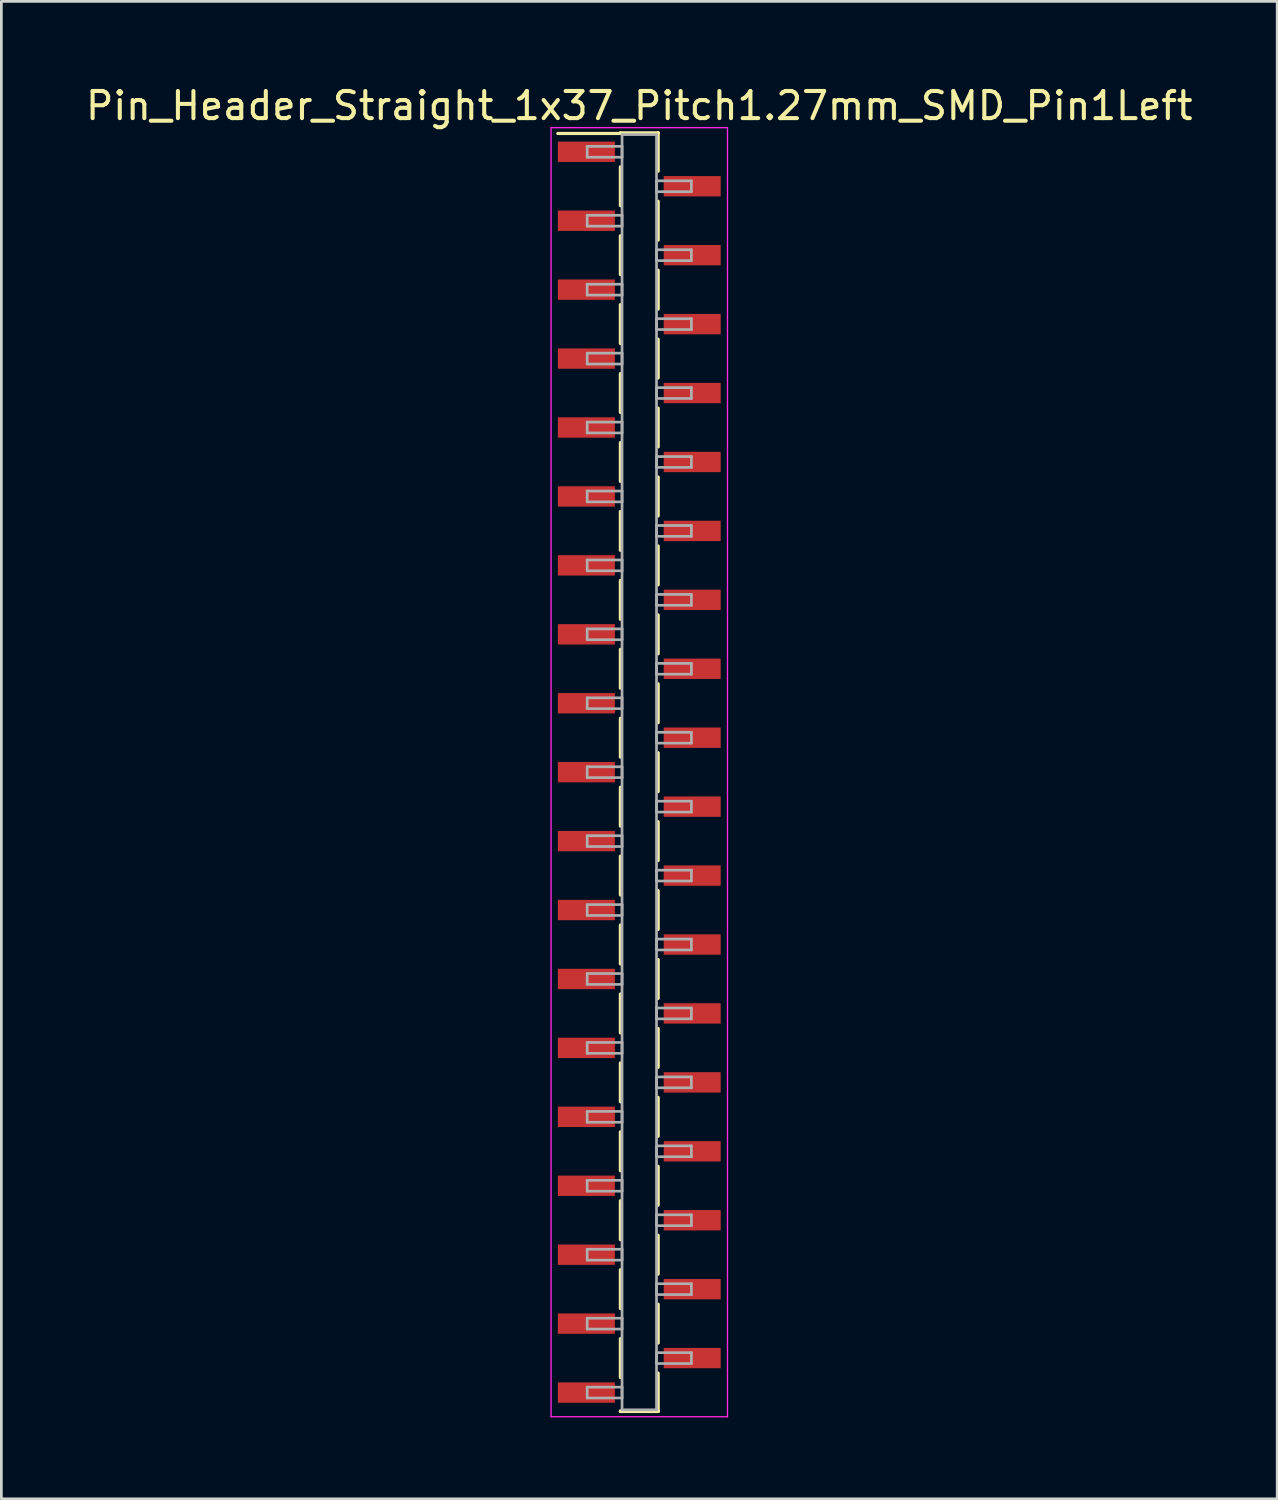
<source format=kicad_pcb>
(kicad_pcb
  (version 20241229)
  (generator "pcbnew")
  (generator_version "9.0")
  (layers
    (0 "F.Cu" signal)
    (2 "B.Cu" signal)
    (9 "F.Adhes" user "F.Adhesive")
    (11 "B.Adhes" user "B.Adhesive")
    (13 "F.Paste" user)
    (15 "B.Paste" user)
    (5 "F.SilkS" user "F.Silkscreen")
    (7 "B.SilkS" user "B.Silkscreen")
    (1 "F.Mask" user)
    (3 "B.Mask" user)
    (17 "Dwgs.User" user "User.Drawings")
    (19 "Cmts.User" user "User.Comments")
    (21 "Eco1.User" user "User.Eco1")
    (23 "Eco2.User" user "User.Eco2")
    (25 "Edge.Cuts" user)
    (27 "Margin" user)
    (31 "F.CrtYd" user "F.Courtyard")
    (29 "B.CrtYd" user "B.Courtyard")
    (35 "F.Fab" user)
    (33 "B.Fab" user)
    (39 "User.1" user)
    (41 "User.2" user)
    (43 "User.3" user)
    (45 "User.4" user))
  (footprint "Pin_Header_Straight_1x37_Pitch1.27mm_SMD_Pin1Left"
    (layer "F.Cu")
    (at 20.506 25.403)
    (property "Reference" "Pin_Header_Straight_1x37_Pitch1.27mm_SMD_Pin1Left" (at 0 -24.555 0) (layer "F.SilkS") (effects (font (size 1 1) (thickness 0.15))))
    (attr smd)
    (fp_line (start -0.695 -23.555) (end 0.695 -23.555) (stroke (width 0.12) (type solid)) (layer "F.SilkS"))
    (fp_line (start -0.695 -23.535) (end -3 -23.535) (stroke (width 0.12) (type solid)) (layer "F.SilkS"))
    (fp_line (start -0.695 -23.535) (end -0.695 -23.555) (stroke (width 0.12) (type solid)) (layer "F.SilkS"))
    (fp_line (start -0.695 -22.305) (end -0.695 -20.875) (stroke (width 0.12) (type solid)) (layer "F.SilkS"))
    (fp_line (start -0.695 -19.765) (end -0.695 -18.335) (stroke (width 0.12) (type solid)) (layer "F.SilkS"))
    (fp_line (start -0.695 -17.225) (end -0.695 -15.795) (stroke (width 0.12) (type solid)) (layer "F.SilkS"))
    (fp_line (start -0.695 -14.685) (end -0.695 -13.255) (stroke (width 0.12) (type solid)) (layer "F.SilkS"))
    (fp_line (start -0.695 -12.145) (end -0.695 -10.715) (stroke (width 0.12) (type solid)) (layer "F.SilkS"))
    (fp_line (start -0.695 -9.605) (end -0.695 -8.175) (stroke (width 0.12) (type solid)) (layer "F.SilkS"))
    (fp_line (start -0.695 -7.065) (end -0.695 -5.635) (stroke (width 0.12) (type solid)) (layer "F.SilkS"))
    (fp_line (start -0.695 -4.525) (end -0.695 -3.095) (stroke (width 0.12) (type solid)) (layer "F.SilkS"))
    (fp_line (start -0.695 -1.985) (end -0.695 -0.555) (stroke (width 0.12) (type solid)) (layer "F.SilkS"))
    (fp_line (start -0.695 0.555) (end -0.695 1.985) (stroke (width 0.12) (type solid)) (layer "F.SilkS"))
    (fp_line (start -0.695 3.095) (end -0.695 4.525) (stroke (width 0.12) (type solid)) (layer "F.SilkS"))
    (fp_line (start -0.695 5.635) (end -0.695 7.065) (stroke (width 0.12) (type solid)) (layer "F.SilkS"))
    (fp_line (start -0.695 8.175) (end -0.695 9.605) (stroke (width 0.12) (type solid)) (layer "F.SilkS"))
    (fp_line (start -0.695 10.715) (end -0.695 12.145) (stroke (width 0.12) (type solid)) (layer "F.SilkS"))
    (fp_line (start -0.695 13.255) (end -0.695 14.685) (stroke (width 0.12) (type solid)) (layer "F.SilkS"))
    (fp_line (start -0.695 15.795) (end -0.695 17.225) (stroke (width 0.12) (type solid)) (layer "F.SilkS"))
    (fp_line (start -0.695 18.335) (end -0.695 19.765) (stroke (width 0.12) (type solid)) (layer "F.SilkS"))
    (fp_line (start -0.695 20.875) (end -0.695 22.305) (stroke (width 0.12) (type solid)) (layer "F.SilkS"))
    (fp_line (start -0.695 23.535) (end -0.695 23.555) (stroke (width 0.12) (type solid)) (layer "F.SilkS"))
    (fp_line (start -0.695 23.555) (end 0.695 23.555) (stroke (width 0.12) (type solid)) (layer "F.SilkS"))
    (fp_line (start 0.695 -23.555) (end 0.695 -23.535) (stroke (width 0.12) (type solid)) (layer "F.SilkS"))
    (fp_line (start 0.695 -23.555) (end 0.695 -22.145) (stroke (width 0.12) (type solid)) (layer "F.SilkS"))
    (fp_line (start 0.695 -21.035) (end 0.695 -19.605) (stroke (width 0.12) (type solid)) (layer "F.SilkS"))
    (fp_line (start 0.695 -18.495) (end 0.695 -17.065) (stroke (width 0.12) (type solid)) (layer "F.SilkS"))
    (fp_line (start 0.695 -15.955) (end 0.695 -14.525) (stroke (width 0.12) (type solid)) (layer "F.SilkS"))
    (fp_line (start 0.695 -13.415) (end 0.695 -11.985) (stroke (width 0.12) (type solid)) (layer "F.SilkS"))
    (fp_line (start 0.695 -10.875) (end 0.695 -9.445) (stroke (width 0.12) (type solid)) (layer "F.SilkS"))
    (fp_line (start 0.695 -8.335) (end 0.695 -6.905) (stroke (width 0.12) (type solid)) (layer "F.SilkS"))
    (fp_line (start 0.695 -5.795) (end 0.695 -4.365) (stroke (width 0.12) (type solid)) (layer "F.SilkS"))
    (fp_line (start 0.695 -3.255) (end 0.695 -1.825) (stroke (width 0.12) (type solid)) (layer "F.SilkS"))
    (fp_line (start 0.695 -0.715) (end 0.695 0.715) (stroke (width 0.12) (type solid)) (layer "F.SilkS"))
    (fp_line (start 0.695 1.825) (end 0.695 3.255) (stroke (width 0.12) (type solid)) (layer "F.SilkS"))
    (fp_line (start 0.695 4.365) (end 0.695 5.795) (stroke (width 0.12) (type solid)) (layer "F.SilkS"))
    (fp_line (start 0.695 6.905) (end 0.695 8.335) (stroke (width 0.12) (type solid)) (layer "F.SilkS"))
    (fp_line (start 0.695 9.445) (end 0.695 10.875) (stroke (width 0.12) (type solid)) (layer "F.SilkS"))
    (fp_line (start 0.695 11.985) (end 0.695 13.415) (stroke (width 0.12) (type solid)) (layer "F.SilkS"))
    (fp_line (start 0.695 14.525) (end 0.695 15.955) (stroke (width 0.12) (type solid)) (layer "F.SilkS"))
    (fp_line (start 0.695 17.065) (end 0.695 18.495) (stroke (width 0.12) (type solid)) (layer "F.SilkS"))
    (fp_line (start 0.695 19.605) (end 0.695 21.035) (stroke (width 0.12) (type solid)) (layer "F.SilkS"))
    (fp_line (start 0.695 22.145) (end 0.695 23.555) (stroke (width 0.12) (type solid)) (layer "F.SilkS"))
    (fp_line (start 0.695 23.555) (end 0.695 23.535) (stroke (width 0.12) (type solid)) (layer "F.SilkS"))
    (fp_line (start -3.25 -23.75) (end -3.25 23.75) (stroke (width 0.05) (type solid)) (layer "F.CrtYd"))
    (fp_line (start -3.25 23.75) (end 3.25 23.75) (stroke (width 0.05) (type solid)) (layer "F.CrtYd"))
    (fp_line (start 3.25 -23.75) (end -3.25 -23.75) (stroke (width 0.05) (type solid)) (layer "F.CrtYd"))
    (fp_line (start 3.25 23.75) (end 3.25 -23.75) (stroke (width 0.05) (type solid)) (layer "F.CrtYd"))
    (fp_line (start -1.92 -23.06) (end -0.635 -23.06) (stroke (width 0.1) (type solid)) (layer "F.Fab"))
    (fp_line (start -1.92 -22.66) (end -1.92 -23.06) (stroke (width 0.1) (type solid)) (layer "F.Fab"))
    (fp_line (start -1.92 -20.52) (end -0.635 -20.52) (stroke (width 0.1) (type solid)) (layer "F.Fab"))
    (fp_line (start -1.92 -20.12) (end -1.92 -20.52) (stroke (width 0.1) (type solid)) (layer "F.Fab"))
    (fp_line (start -1.92 -17.98) (end -0.635 -17.98) (stroke (width 0.1) (type solid)) (layer "F.Fab"))
    (fp_line (start -1.92 -17.58) (end -1.92 -17.98) (stroke (width 0.1) (type solid)) (layer "F.Fab"))
    (fp_line (start -1.92 -15.44) (end -0.635 -15.44) (stroke (width 0.1) (type solid)) (layer "F.Fab"))
    (fp_line (start -1.92 -15.04) (end -1.92 -15.44) (stroke (width 0.1) (type solid)) (layer "F.Fab"))
    (fp_line (start -1.92 -12.9) (end -0.635 -12.9) (stroke (width 0.1) (type solid)) (layer "F.Fab"))
    (fp_line (start -1.92 -12.5) (end -1.92 -12.9) (stroke (width 0.1) (type solid)) (layer "F.Fab"))
    (fp_line (start -1.92 -10.36) (end -0.635 -10.36) (stroke (width 0.1) (type solid)) (layer "F.Fab"))
    (fp_line (start -1.92 -9.96) (end -1.92 -10.36) (stroke (width 0.1) (type solid)) (layer "F.Fab"))
    (fp_line (start -1.92 -7.82) (end -0.635 -7.82) (stroke (width 0.1) (type solid)) (layer "F.Fab"))
    (fp_line (start -1.92 -7.42) (end -1.92 -7.82) (stroke (width 0.1) (type solid)) (layer "F.Fab"))
    (fp_line (start -1.92 -5.28) (end -0.635 -5.28) (stroke (width 0.1) (type solid)) (layer "F.Fab"))
    (fp_line (start -1.92 -4.88) (end -1.92 -5.28) (stroke (width 0.1) (type solid)) (layer "F.Fab"))
    (fp_line (start -1.92 -2.74) (end -0.635 -2.74) (stroke (width 0.1) (type solid)) (layer "F.Fab"))
    (fp_line (start -1.92 -2.34) (end -1.92 -2.74) (stroke (width 0.1) (type solid)) (layer "F.Fab"))
    (fp_line (start -1.92 -0.2) (end -0.635 -0.2) (stroke (width 0.1) (type solid)) (layer "F.Fab"))
    (fp_line (start -1.92 0.2) (end -1.92 -0.2) (stroke (width 0.1) (type solid)) (layer "F.Fab"))
    (fp_line (start -1.92 2.34) (end -0.635 2.34) (stroke (width 0.1) (type solid)) (layer "F.Fab"))
    (fp_line (start -1.92 2.74) (end -1.92 2.34) (stroke (width 0.1) (type solid)) (layer "F.Fab"))
    (fp_line (start -1.92 4.88) (end -0.635 4.88) (stroke (width 0.1) (type solid)) (layer "F.Fab"))
    (fp_line (start -1.92 5.28) (end -1.92 4.88) (stroke (width 0.1) (type solid)) (layer "F.Fab"))
    (fp_line (start -1.92 7.42) (end -0.635 7.42) (stroke (width 0.1) (type solid)) (layer "F.Fab"))
    (fp_line (start -1.92 7.82) (end -1.92 7.42) (stroke (width 0.1) (type solid)) (layer "F.Fab"))
    (fp_line (start -1.92 9.96) (end -0.635 9.96) (stroke (width 0.1) (type solid)) (layer "F.Fab"))
    (fp_line (start -1.92 10.36) (end -1.92 9.96) (stroke (width 0.1) (type solid)) (layer "F.Fab"))
    (fp_line (start -1.92 12.5) (end -0.635 12.5) (stroke (width 0.1) (type solid)) (layer "F.Fab"))
    (fp_line (start -1.92 12.9) (end -1.92 12.5) (stroke (width 0.1) (type solid)) (layer "F.Fab"))
    (fp_line (start -1.92 15.04) (end -0.635 15.04) (stroke (width 0.1) (type solid)) (layer "F.Fab"))
    (fp_line (start -1.92 15.44) (end -1.92 15.04) (stroke (width 0.1) (type solid)) (layer "F.Fab"))
    (fp_line (start -1.92 17.58) (end -0.635 17.58) (stroke (width 0.1) (type solid)) (layer "F.Fab"))
    (fp_line (start -1.92 17.98) (end -1.92 17.58) (stroke (width 0.1) (type solid)) (layer "F.Fab"))
    (fp_line (start -1.92 20.12) (end -0.635 20.12) (stroke (width 0.1) (type solid)) (layer "F.Fab"))
    (fp_line (start -1.92 20.52) (end -1.92 20.12) (stroke (width 0.1) (type solid)) (layer "F.Fab"))
    (fp_line (start -1.92 22.66) (end -0.635 22.66) (stroke (width 0.1) (type solid)) (layer "F.Fab"))
    (fp_line (start -1.92 23.06) (end -1.92 22.66) (stroke (width 0.1) (type solid)) (layer "F.Fab"))
    (fp_line (start -0.635 -23.495) (end -0.635 23.495) (stroke (width 0.1) (type solid)) (layer "F.Fab"))
    (fp_line (start -0.635 -23.06) (end -0.635 -22.66) (stroke (width 0.1) (type solid)) (layer "F.Fab"))
    (fp_line (start -0.635 -22.66) (end -1.92 -22.66) (stroke (width 0.1) (type solid)) (layer "F.Fab"))
    (fp_line (start -0.635 -20.52) (end -0.635 -20.12) (stroke (width 0.1) (type solid)) (layer "F.Fab"))
    (fp_line (start -0.635 -20.12) (end -1.92 -20.12) (stroke (width 0.1) (type solid)) (layer "F.Fab"))
    (fp_line (start -0.635 -17.98) (end -0.635 -17.58) (stroke (width 0.1) (type solid)) (layer "F.Fab"))
    (fp_line (start -0.635 -17.58) (end -1.92 -17.58) (stroke (width 0.1) (type solid)) (layer "F.Fab"))
    (fp_line (start -0.635 -15.44) (end -0.635 -15.04) (stroke (width 0.1) (type solid)) (layer "F.Fab"))
    (fp_line (start -0.635 -15.04) (end -1.92 -15.04) (stroke (width 0.1) (type solid)) (layer "F.Fab"))
    (fp_line (start -0.635 -12.9) (end -0.635 -12.5) (stroke (width 0.1) (type solid)) (layer "F.Fab"))
    (fp_line (start -0.635 -12.5) (end -1.92 -12.5) (stroke (width 0.1) (type solid)) (layer "F.Fab"))
    (fp_line (start -0.635 -10.36) (end -0.635 -9.96) (stroke (width 0.1) (type solid)) (layer "F.Fab"))
    (fp_line (start -0.635 -9.96) (end -1.92 -9.96) (stroke (width 0.1) (type solid)) (layer "F.Fab"))
    (fp_line (start -0.635 -7.82) (end -0.635 -7.42) (stroke (width 0.1) (type solid)) (layer "F.Fab"))
    (fp_line (start -0.635 -7.42) (end -1.92 -7.42) (stroke (width 0.1) (type solid)) (layer "F.Fab"))
    (fp_line (start -0.635 -5.28) (end -0.635 -4.88) (stroke (width 0.1) (type solid)) (layer "F.Fab"))
    (fp_line (start -0.635 -4.88) (end -1.92 -4.88) (stroke (width 0.1) (type solid)) (layer "F.Fab"))
    (fp_line (start -0.635 -2.74) (end -0.635 -2.34) (stroke (width 0.1) (type solid)) (layer "F.Fab"))
    (fp_line (start -0.635 -2.34) (end -1.92 -2.34) (stroke (width 0.1) (type solid)) (layer "F.Fab"))
    (fp_line (start -0.635 -0.2) (end -0.635 0.2) (stroke (width 0.1) (type solid)) (layer "F.Fab"))
    (fp_line (start -0.635 0.2) (end -1.92 0.2) (stroke (width 0.1) (type solid)) (layer "F.Fab"))
    (fp_line (start -0.635 2.34) (end -0.635 2.74) (stroke (width 0.1) (type solid)) (layer "F.Fab"))
    (fp_line (start -0.635 2.74) (end -1.92 2.74) (stroke (width 0.1) (type solid)) (layer "F.Fab"))
    (fp_line (start -0.635 4.88) (end -0.635 5.28) (stroke (width 0.1) (type solid)) (layer "F.Fab"))
    (fp_line (start -0.635 5.28) (end -1.92 5.28) (stroke (width 0.1) (type solid)) (layer "F.Fab"))
    (fp_line (start -0.635 7.42) (end -0.635 7.82) (stroke (width 0.1) (type solid)) (layer "F.Fab"))
    (fp_line (start -0.635 7.82) (end -1.92 7.82) (stroke (width 0.1) (type solid)) (layer "F.Fab"))
    (fp_line (start -0.635 9.96) (end -0.635 10.36) (stroke (width 0.1) (type solid)) (layer "F.Fab"))
    (fp_line (start -0.635 10.36) (end -1.92 10.36) (stroke (width 0.1) (type solid)) (layer "F.Fab"))
    (fp_line (start -0.635 12.5) (end -0.635 12.9) (stroke (width 0.1) (type solid)) (layer "F.Fab"))
    (fp_line (start -0.635 12.9) (end -1.92 12.9) (stroke (width 0.1) (type solid)) (layer "F.Fab"))
    (fp_line (start -0.635 15.04) (end -0.635 15.44) (stroke (width 0.1) (type solid)) (layer "F.Fab"))
    (fp_line (start -0.635 15.44) (end -1.92 15.44) (stroke (width 0.1) (type solid)) (layer "F.Fab"))
    (fp_line (start -0.635 17.58) (end -0.635 17.98) (stroke (width 0.1) (type solid)) (layer "F.Fab"))
    (fp_line (start -0.635 17.98) (end -1.92 17.98) (stroke (width 0.1) (type solid)) (layer "F.Fab"))
    (fp_line (start -0.635 20.12) (end -0.635 20.52) (stroke (width 0.1) (type solid)) (layer "F.Fab"))
    (fp_line (start -0.635 20.52) (end -1.92 20.52) (stroke (width 0.1) (type solid)) (layer "F.Fab"))
    (fp_line (start -0.635 22.66) (end -0.635 23.06) (stroke (width 0.1) (type solid)) (layer "F.Fab"))
    (fp_line (start -0.635 23.06) (end -1.92 23.06) (stroke (width 0.1) (type solid)) (layer "F.Fab"))
    (fp_line (start -0.635 23.495) (end 0.635 23.495) (stroke (width 0.1) (type solid)) (layer "F.Fab"))
    (fp_line (start 0.635 -23.495) (end -0.635 -23.495) (stroke (width 0.1) (type solid)) (layer "F.Fab"))
    (fp_line (start 0.635 -21.79) (end 0.635 -21.39) (stroke (width 0.1) (type solid)) (layer "F.Fab"))
    (fp_line (start 0.635 -21.39) (end 1.92 -21.39) (stroke (width 0.1) (type solid)) (layer "F.Fab"))
    (fp_line (start 0.635 -19.25) (end 0.635 -18.85) (stroke (width 0.1) (type solid)) (layer "F.Fab"))
    (fp_line (start 0.635 -18.85) (end 1.92 -18.85) (stroke (width 0.1) (type solid)) (layer "F.Fab"))
    (fp_line (start 0.635 -16.71) (end 0.635 -16.31) (stroke (width 0.1) (type solid)) (layer "F.Fab"))
    (fp_line (start 0.635 -16.31) (end 1.92 -16.31) (stroke (width 0.1) (type solid)) (layer "F.Fab"))
    (fp_line (start 0.635 -14.17) (end 0.635 -13.77) (stroke (width 0.1) (type solid)) (layer "F.Fab"))
    (fp_line (start 0.635 -13.77) (end 1.92 -13.77) (stroke (width 0.1) (type solid)) (layer "F.Fab"))
    (fp_line (start 0.635 -11.63) (end 0.635 -11.23) (stroke (width 0.1) (type solid)) (layer "F.Fab"))
    (fp_line (start 0.635 -11.23) (end 1.92 -11.23) (stroke (width 0.1) (type solid)) (layer "F.Fab"))
    (fp_line (start 0.635 -9.09) (end 0.635 -8.69) (stroke (width 0.1) (type solid)) (layer "F.Fab"))
    (fp_line (start 0.635 -8.69) (end 1.92 -8.69) (stroke (width 0.1) (type solid)) (layer "F.Fab"))
    (fp_line (start 0.635 -6.55) (end 0.635 -6.15) (stroke (width 0.1) (type solid)) (layer "F.Fab"))
    (fp_line (start 0.635 -6.15) (end 1.92 -6.15) (stroke (width 0.1) (type solid)) (layer "F.Fab"))
    (fp_line (start 0.635 -4.01) (end 0.635 -3.61) (stroke (width 0.1) (type solid)) (layer "F.Fab"))
    (fp_line (start 0.635 -3.61) (end 1.92 -3.61) (stroke (width 0.1) (type solid)) (layer "F.Fab"))
    (fp_line (start 0.635 -1.47) (end 0.635 -1.07) (stroke (width 0.1) (type solid)) (layer "F.Fab"))
    (fp_line (start 0.635 -1.07) (end 1.92 -1.07) (stroke (width 0.1) (type solid)) (layer "F.Fab"))
    (fp_line (start 0.635 1.07) (end 0.635 1.47) (stroke (width 0.1) (type solid)) (layer "F.Fab"))
    (fp_line (start 0.635 1.47) (end 1.92 1.47) (stroke (width 0.1) (type solid)) (layer "F.Fab"))
    (fp_line (start 0.635 3.61) (end 0.635 4.01) (stroke (width 0.1) (type solid)) (layer "F.Fab"))
    (fp_line (start 0.635 4.01) (end 1.92 4.01) (stroke (width 0.1) (type solid)) (layer "F.Fab"))
    (fp_line (start 0.635 6.15) (end 0.635 6.55) (stroke (width 0.1) (type solid)) (layer "F.Fab"))
    (fp_line (start 0.635 6.55) (end 1.92 6.55) (stroke (width 0.1) (type solid)) (layer "F.Fab"))
    (fp_line (start 0.635 8.69) (end 0.635 9.09) (stroke (width 0.1) (type solid)) (layer "F.Fab"))
    (fp_line (start 0.635 9.09) (end 1.92 9.09) (stroke (width 0.1) (type solid)) (layer "F.Fab"))
    (fp_line (start 0.635 11.23) (end 0.635 11.63) (stroke (width 0.1) (type solid)) (layer "F.Fab"))
    (fp_line (start 0.635 11.63) (end 1.92 11.63) (stroke (width 0.1) (type solid)) (layer "F.Fab"))
    (fp_line (start 0.635 13.77) (end 0.635 14.17) (stroke (width 0.1) (type solid)) (layer "F.Fab"))
    (fp_line (start 0.635 14.17) (end 1.92 14.17) (stroke (width 0.1) (type solid)) (layer "F.Fab"))
    (fp_line (start 0.635 16.31) (end 0.635 16.71) (stroke (width 0.1) (type solid)) (layer "F.Fab"))
    (fp_line (start 0.635 16.71) (end 1.92 16.71) (stroke (width 0.1) (type solid)) (layer "F.Fab"))
    (fp_line (start 0.635 18.85) (end 0.635 19.25) (stroke (width 0.1) (type solid)) (layer "F.Fab"))
    (fp_line (start 0.635 19.25) (end 1.92 19.25) (stroke (width 0.1) (type solid)) (layer "F.Fab"))
    (fp_line (start 0.635 21.39) (end 0.635 21.79) (stroke (width 0.1) (type solid)) (layer "F.Fab"))
    (fp_line (start 0.635 21.79) (end 1.92 21.79) (stroke (width 0.1) (type solid)) (layer "F.Fab"))
    (fp_line (start 0.635 23.495) (end 0.635 -23.495) (stroke (width 0.1) (type solid)) (layer "F.Fab"))
    (fp_line (start 1.92 -21.79) (end 0.635 -21.79) (stroke (width 0.1) (type solid)) (layer "F.Fab"))
    (fp_line (start 1.92 -21.39) (end 1.92 -21.79) (stroke (width 0.1) (type solid)) (layer "F.Fab"))
    (fp_line (start 1.92 -19.25) (end 0.635 -19.25) (stroke (width 0.1) (type solid)) (layer "F.Fab"))
    (fp_line (start 1.92 -18.85) (end 1.92 -19.25) (stroke (width 0.1) (type solid)) (layer "F.Fab"))
    (fp_line (start 1.92 -16.71) (end 0.635 -16.71) (stroke (width 0.1) (type solid)) (layer "F.Fab"))
    (fp_line (start 1.92 -16.31) (end 1.92 -16.71) (stroke (width 0.1) (type solid)) (layer "F.Fab"))
    (fp_line (start 1.92 -14.17) (end 0.635 -14.17) (stroke (width 0.1) (type solid)) (layer "F.Fab"))
    (fp_line (start 1.92 -13.77) (end 1.92 -14.17) (stroke (width 0.1) (type solid)) (layer "F.Fab"))
    (fp_line (start 1.92 -11.63) (end 0.635 -11.63) (stroke (width 0.1) (type solid)) (layer "F.Fab"))
    (fp_line (start 1.92 -11.23) (end 1.92 -11.63) (stroke (width 0.1) (type solid)) (layer "F.Fab"))
    (fp_line (start 1.92 -9.09) (end 0.635 -9.09) (stroke (width 0.1) (type solid)) (layer "F.Fab"))
    (fp_line (start 1.92 -8.69) (end 1.92 -9.09) (stroke (width 0.1) (type solid)) (layer "F.Fab"))
    (fp_line (start 1.92 -6.55) (end 0.635 -6.55) (stroke (width 0.1) (type solid)) (layer "F.Fab"))
    (fp_line (start 1.92 -6.15) (end 1.92 -6.55) (stroke (width 0.1) (type solid)) (layer "F.Fab"))
    (fp_line (start 1.92 -4.01) (end 0.635 -4.01) (stroke (width 0.1) (type solid)) (layer "F.Fab"))
    (fp_line (start 1.92 -3.61) (end 1.92 -4.01) (stroke (width 0.1) (type solid)) (layer "F.Fab"))
    (fp_line (start 1.92 -1.47) (end 0.635 -1.47) (stroke (width 0.1) (type solid)) (layer "F.Fab"))
    (fp_line (start 1.92 -1.07) (end 1.92 -1.47) (stroke (width 0.1) (type solid)) (layer "F.Fab"))
    (fp_line (start 1.92 1.07) (end 0.635 1.07) (stroke (width 0.1) (type solid)) (layer "F.Fab"))
    (fp_line (start 1.92 1.47) (end 1.92 1.07) (stroke (width 0.1) (type solid)) (layer "F.Fab"))
    (fp_line (start 1.92 3.61) (end 0.635 3.61) (stroke (width 0.1) (type solid)) (layer "F.Fab"))
    (fp_line (start 1.92 4.01) (end 1.92 3.61) (stroke (width 0.1) (type solid)) (layer "F.Fab"))
    (fp_line (start 1.92 6.15) (end 0.635 6.15) (stroke (width 0.1) (type solid)) (layer "F.Fab"))
    (fp_line (start 1.92 6.55) (end 1.92 6.15) (stroke (width 0.1) (type solid)) (layer "F.Fab"))
    (fp_line (start 1.92 8.69) (end 0.635 8.69) (stroke (width 0.1) (type solid)) (layer "F.Fab"))
    (fp_line (start 1.92 9.09) (end 1.92 8.69) (stroke (width 0.1) (type solid)) (layer "F.Fab"))
    (fp_line (start 1.92 11.23) (end 0.635 11.23) (stroke (width 0.1) (type solid)) (layer "F.Fab"))
    (fp_line (start 1.92 11.63) (end 1.92 11.23) (stroke (width 0.1) (type solid)) (layer "F.Fab"))
    (fp_line (start 1.92 13.77) (end 0.635 13.77) (stroke (width 0.1) (type solid)) (layer "F.Fab"))
    (fp_line (start 1.92 14.17) (end 1.92 13.77) (stroke (width 0.1) (type solid)) (layer "F.Fab"))
    (fp_line (start 1.92 16.31) (end 0.635 16.31) (stroke (width 0.1) (type solid)) (layer "F.Fab"))
    (fp_line (start 1.92 16.71) (end 1.92 16.31) (stroke (width 0.1) (type solid)) (layer "F.Fab"))
    (fp_line (start 1.92 18.85) (end 0.635 18.85) (stroke (width 0.1) (type solid)) (layer "F.Fab"))
    (fp_line (start 1.92 19.25) (end 1.92 18.85) (stroke (width 0.1) (type solid)) (layer "F.Fab"))
    (fp_line (start 1.92 21.39) (end 0.635 21.39) (stroke (width 0.1) (type solid)) (layer "F.Fab"))
    (fp_line (start 1.92 21.79) (end 1.92 21.39) (stroke (width 0.1) (type solid)) (layer "F.Fab"))
    (pad "1" smd rect (at -1.95 -22.86) (size 2.1 0.75) (layers "F.Cu" "F.Mask"))
    (pad "2" smd rect (at 1.95 -21.59) (size 2.1 0.75) (layers "F.Cu" "F.Mask"))
    (pad "3" smd rect (at -1.95 -20.32) (size 2.1 0.75) (layers "F.Cu" "F.Mask"))
    (pad "4" smd rect (at 1.95 -19.05) (size 2.1 0.75) (layers "F.Cu" "F.Mask"))
    (pad "5" smd rect (at -1.95 -17.78) (size 2.1 0.75) (layers "F.Cu" "F.Mask"))
    (pad "6" smd rect (at 1.95 -16.51) (size 2.1 0.75) (layers "F.Cu" "F.Mask"))
    (pad "7" smd rect (at -1.95 -15.24) (size 2.1 0.75) (layers "F.Cu" "F.Mask"))
    (pad "8" smd rect (at 1.95 -13.97) (size 2.1 0.75) (layers "F.Cu" "F.Mask"))
    (pad "9" smd rect (at -1.95 -12.7) (size 2.1 0.75) (layers "F.Cu" "F.Mask"))
    (pad "10" smd rect (at 1.95 -11.43) (size 2.1 0.75) (layers "F.Cu" "F.Mask"))
    (pad "11" smd rect (at -1.95 -10.16) (size 2.1 0.75) (layers "F.Cu" "F.Mask"))
    (pad "12" smd rect (at 1.95 -8.89) (size 2.1 0.75) (layers "F.Cu" "F.Mask"))
    (pad "13" smd rect (at -1.95 -7.62) (size 2.1 0.75) (layers "F.Cu" "F.Mask"))
    (pad "14" smd rect (at 1.95 -6.35) (size 2.1 0.75) (layers "F.Cu" "F.Mask"))
    (pad "15" smd rect (at -1.95 -5.08) (size 2.1 0.75) (layers "F.Cu" "F.Mask"))
    (pad "16" smd rect (at 1.95 -3.81) (size 2.1 0.75) (layers "F.Cu" "F.Mask"))
    (pad "17" smd rect (at -1.95 -2.54) (size 2.1 0.75) (layers "F.Cu" "F.Mask"))
    (pad "18" smd rect (at 1.95 -1.27) (size 2.1 0.75) (layers "F.Cu" "F.Mask"))
    (pad "19" smd rect (at -1.95 0) (size 2.1 0.75) (layers "F.Cu" "F.Mask"))
    (pad "20" smd rect (at 1.95 1.27) (size 2.1 0.75) (layers "F.Cu" "F.Mask"))
    (pad "21" smd rect (at -1.95 2.54) (size 2.1 0.75) (layers "F.Cu" "F.Mask"))
    (pad "22" smd rect (at 1.95 3.81) (size 2.1 0.75) (layers "F.Cu" "F.Mask"))
    (pad "23" smd rect (at -1.95 5.08) (size 2.1 0.75) (layers "F.Cu" "F.Mask"))
    (pad "24" smd rect (at 1.95 6.35) (size 2.1 0.75) (layers "F.Cu" "F.Mask"))
    (pad "25" smd rect (at -1.95 7.62) (size 2.1 0.75) (layers "F.Cu" "F.Mask"))
    (pad "26" smd rect (at 1.95 8.89) (size 2.1 0.75) (layers "F.Cu" "F.Mask"))
    (pad "27" smd rect (at -1.95 10.16) (size 2.1 0.75) (layers "F.Cu" "F.Mask"))
    (pad "28" smd rect (at 1.95 11.43) (size 2.1 0.75) (layers "F.Cu" "F.Mask"))
    (pad "29" smd rect (at -1.95 12.7) (size 2.1 0.75) (layers "F.Cu" "F.Mask"))
    (pad "30" smd rect (at 1.95 13.97) (size 2.1 0.75) (layers "F.Cu" "F.Mask"))
    (pad "31" smd rect (at -1.95 15.24) (size 2.1 0.75) (layers "F.Cu" "F.Mask"))
    (pad "32" smd rect (at 1.95 16.51) (size 2.1 0.75) (layers "F.Cu" "F.Mask"))
    (pad "33" smd rect (at -1.95 17.78) (size 2.1 0.75) (layers "F.Cu" "F.Mask"))
    (pad "34" smd rect (at 1.95 19.05) (size 2.1 0.75) (layers "F.Cu" "F.Mask"))
    (pad "35" smd rect (at -1.95 20.32) (size 2.1 0.75) (layers "F.Cu" "F.Mask"))
    (pad "36" smd rect (at 1.95 21.59) (size 2.1 0.75) (layers "F.Cu" "F.Mask"))
    (pad "37" smd rect (at -1.95 22.86) (size 2.1 0.75) (layers "F.Cu" "F.Mask")))
  (gr_rect
    (start -3 -3)
    (end 44.012 52.178)
    (stroke (width 0.1) (type default))
    (fill no)
    (layer "Edge.Cuts")))
</source>
